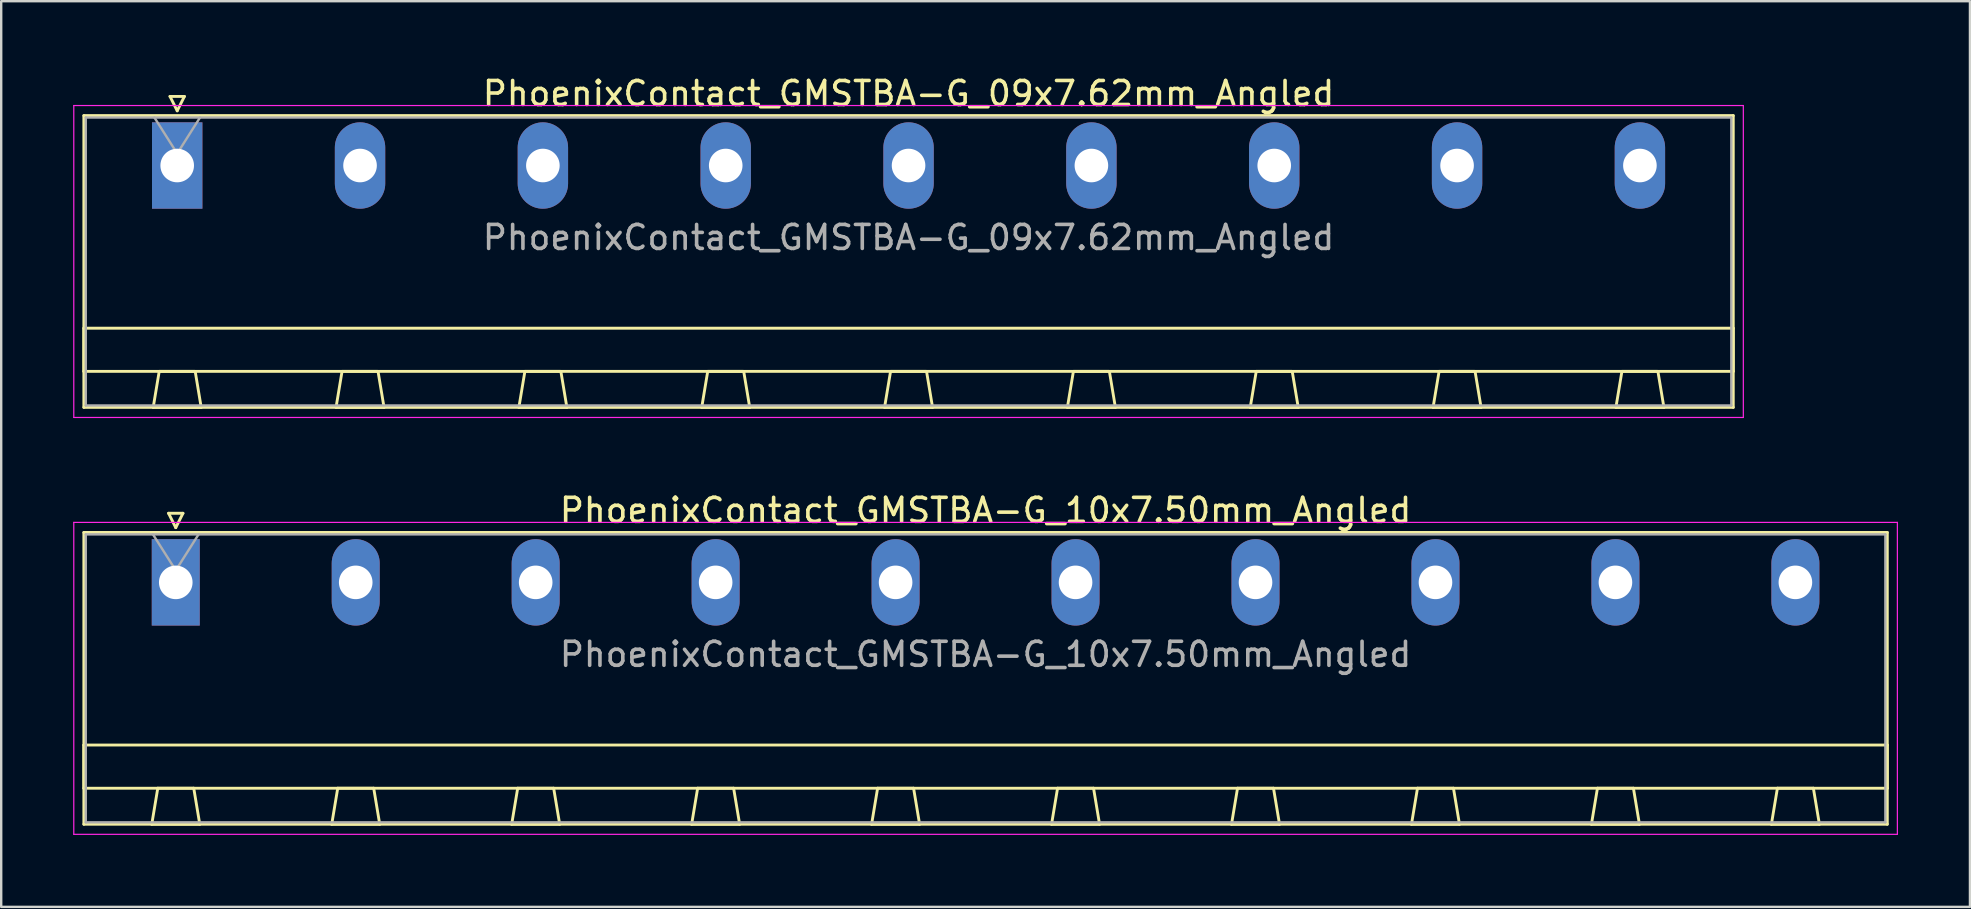
<source format=kicad_pcb>
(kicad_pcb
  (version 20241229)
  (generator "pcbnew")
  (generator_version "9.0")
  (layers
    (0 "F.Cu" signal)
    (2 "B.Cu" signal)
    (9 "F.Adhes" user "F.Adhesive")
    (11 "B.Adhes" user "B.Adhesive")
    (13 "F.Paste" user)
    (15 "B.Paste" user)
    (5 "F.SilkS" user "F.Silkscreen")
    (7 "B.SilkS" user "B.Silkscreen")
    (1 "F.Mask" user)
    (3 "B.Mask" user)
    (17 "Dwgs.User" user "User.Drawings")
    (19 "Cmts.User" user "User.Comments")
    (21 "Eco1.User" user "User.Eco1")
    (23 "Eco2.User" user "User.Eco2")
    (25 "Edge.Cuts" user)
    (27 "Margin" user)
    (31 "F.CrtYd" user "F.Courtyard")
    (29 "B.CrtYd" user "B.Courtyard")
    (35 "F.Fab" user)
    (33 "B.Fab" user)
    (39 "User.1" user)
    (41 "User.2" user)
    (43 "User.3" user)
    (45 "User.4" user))
  (footprint "PhoenixContact_GMSTBA-G_10x7.50mm_Angled"
    (layer "F.Cu")
    (at 4.275 21.221)
    (property "Reference" "PhoenixContact_GMSTBA-G_10x7.50mm_Angled" (at 33.75 -3 0) (layer "F.SilkS") (effects (font (size 1 1) (thickness 0.15))))
    (attr through_hole)
    (fp_line (start -3.83 -2.08) (end -3.83 10.08) (stroke (width 0.12) (type solid)) (layer "F.SilkS"))
    (fp_line (start -3.83 6.78) (end 71.33 6.78) (stroke (width 0.12) (type solid)) (layer "F.SilkS"))
    (fp_line (start -3.83 8.58) (end -3.83 6.78) (stroke (width 0.12) (type solid)) (layer "F.SilkS"))
    (fp_line (start -3.83 10.08) (end 71.33 10.08) (stroke (width 0.12) (type solid)) (layer "F.SilkS"))
    (fp_line (start -1 10.08) (end 1 10.08) (stroke (width 0.12) (type solid)) (layer "F.SilkS"))
    (fp_line (start -0.75 8.58) (end -1 10.08) (stroke (width 0.12) (type solid)) (layer "F.SilkS"))
    (fp_line (start -0.3 -2.88) (end 0.3 -2.88) (stroke (width 0.12) (type solid)) (layer "F.SilkS"))
    (fp_line (start 0 -2.28) (end -0.3 -2.88) (stroke (width 0.12) (type solid)) (layer "F.SilkS"))
    (fp_line (start 0.3 -2.88) (end 0 -2.28) (stroke (width 0.12) (type solid)) (layer "F.SilkS"))
    (fp_line (start 0.75 8.58) (end -0.75 8.58) (stroke (width 0.12) (type solid)) (layer "F.SilkS"))
    (fp_line (start 1 10.08) (end 0.75 8.58) (stroke (width 0.12) (type solid)) (layer "F.SilkS"))
    (fp_line (start 6.5 10.08) (end 8.5 10.08) (stroke (width 0.12) (type solid)) (layer "F.SilkS"))
    (fp_line (start 6.75 8.58) (end 6.5 10.08) (stroke (width 0.12) (type solid)) (layer "F.SilkS"))
    (fp_line (start 8.25 8.58) (end 6.75 8.58) (stroke (width 0.12) (type solid)) (layer "F.SilkS"))
    (fp_line (start 8.5 10.08) (end 8.25 8.58) (stroke (width 0.12) (type solid)) (layer "F.SilkS"))
    (fp_line (start 14 10.08) (end 16 10.08) (stroke (width 0.12) (type solid)) (layer "F.SilkS"))
    (fp_line (start 14.25 8.58) (end 14 10.08) (stroke (width 0.12) (type solid)) (layer "F.SilkS"))
    (fp_line (start 15.75 8.58) (end 14.25 8.58) (stroke (width 0.12) (type solid)) (layer "F.SilkS"))
    (fp_line (start 16 10.08) (end 15.75 8.58) (stroke (width 0.12) (type solid)) (layer "F.SilkS"))
    (fp_line (start 21.5 10.08) (end 23.5 10.08) (stroke (width 0.12) (type solid)) (layer "F.SilkS"))
    (fp_line (start 21.75 8.58) (end 21.5 10.08) (stroke (width 0.12) (type solid)) (layer "F.SilkS"))
    (fp_line (start 23.25 8.58) (end 21.75 8.58) (stroke (width 0.12) (type solid)) (layer "F.SilkS"))
    (fp_line (start 23.5 10.08) (end 23.25 8.58) (stroke (width 0.12) (type solid)) (layer "F.SilkS"))
    (fp_line (start 29 10.08) (end 31 10.08) (stroke (width 0.12) (type solid)) (layer "F.SilkS"))
    (fp_line (start 29.25 8.58) (end 29 10.08) (stroke (width 0.12) (type solid)) (layer "F.SilkS"))
    (fp_line (start 30.75 8.58) (end 29.25 8.58) (stroke (width 0.12) (type solid)) (layer "F.SilkS"))
    (fp_line (start 31 10.08) (end 30.75 8.58) (stroke (width 0.12) (type solid)) (layer "F.SilkS"))
    (fp_line (start 36.5 10.08) (end 38.5 10.08) (stroke (width 0.12) (type solid)) (layer "F.SilkS"))
    (fp_line (start 36.75 8.58) (end 36.5 10.08) (stroke (width 0.12) (type solid)) (layer "F.SilkS"))
    (fp_line (start 38.25 8.58) (end 36.75 8.58) (stroke (width 0.12) (type solid)) (layer "F.SilkS"))
    (fp_line (start 38.5 10.08) (end 38.25 8.58) (stroke (width 0.12) (type solid)) (layer "F.SilkS"))
    (fp_line (start 44 10.08) (end 46 10.08) (stroke (width 0.12) (type solid)) (layer "F.SilkS"))
    (fp_line (start 44.25 8.58) (end 44 10.08) (stroke (width 0.12) (type solid)) (layer "F.SilkS"))
    (fp_line (start 45.75 8.58) (end 44.25 8.58) (stroke (width 0.12) (type solid)) (layer "F.SilkS"))
    (fp_line (start 46 10.08) (end 45.75 8.58) (stroke (width 0.12) (type solid)) (layer "F.SilkS"))
    (fp_line (start 51.5 10.08) (end 53.5 10.08) (stroke (width 0.12) (type solid)) (layer "F.SilkS"))
    (fp_line (start 51.75 8.58) (end 51.5 10.08) (stroke (width 0.12) (type solid)) (layer "F.SilkS"))
    (fp_line (start 53.25 8.58) (end 51.75 8.58) (stroke (width 0.12) (type solid)) (layer "F.SilkS"))
    (fp_line (start 53.5 10.08) (end 53.25 8.58) (stroke (width 0.12) (type solid)) (layer "F.SilkS"))
    (fp_line (start 59 10.08) (end 61 10.08) (stroke (width 0.12) (type solid)) (layer "F.SilkS"))
    (fp_line (start 59.25 8.58) (end 59 10.08) (stroke (width 0.12) (type solid)) (layer "F.SilkS"))
    (fp_line (start 60.75 8.58) (end 59.25 8.58) (stroke (width 0.12) (type solid)) (layer "F.SilkS"))
    (fp_line (start 61 10.08) (end 60.75 8.58) (stroke (width 0.12) (type solid)) (layer "F.SilkS"))
    (fp_line (start 66.5 10.08) (end 68.5 10.08) (stroke (width 0.12) (type solid)) (layer "F.SilkS"))
    (fp_line (start 66.75 8.58) (end 66.5 10.08) (stroke (width 0.12) (type solid)) (layer "F.SilkS"))
    (fp_line (start 68.25 8.58) (end 66.75 8.58) (stroke (width 0.12) (type solid)) (layer "F.SilkS"))
    (fp_line (start 68.5 10.08) (end 68.25 8.58) (stroke (width 0.12) (type solid)) (layer "F.SilkS"))
    (fp_line (start 71.33 -2.08) (end -3.83 -2.08) (stroke (width 0.12) (type solid)) (layer "F.SilkS"))
    (fp_line (start 71.33 6.78) (end 71.33 8.58) (stroke (width 0.12) (type solid)) (layer "F.SilkS"))
    (fp_line (start 71.33 8.58) (end -3.83 8.58) (stroke (width 0.12) (type solid)) (layer "F.SilkS"))
    (fp_line (start 71.33 10.08) (end 71.33 -2.08) (stroke (width 0.12) (type solid)) (layer "F.SilkS"))
    (fp_line (start -4.25 -2.5) (end -4.25 10.5) (stroke (width 0.05) (type solid)) (layer "F.CrtYd"))
    (fp_line (start -4.25 10.5) (end 71.75 10.5) (stroke (width 0.05) (type solid)) (layer "F.CrtYd"))
    (fp_line (start 71.75 -2.5) (end -4.25 -2.5) (stroke (width 0.05) (type solid)) (layer "F.CrtYd"))
    (fp_line (start 71.75 10.5) (end 71.75 -2.5) (stroke (width 0.05) (type solid)) (layer "F.CrtYd"))
    (fp_line (start -3.75 -2) (end -3.75 10) (stroke (width 0.1) (type solid)) (layer "F.Fab"))
    (fp_line (start -3.75 10) (end 71.25 10) (stroke (width 0.1) (type solid)) (layer "F.Fab"))
    (fp_line (start 0 -0.5) (end -0.95 -2) (stroke (width 0.1) (type solid)) (layer "F.Fab"))
    (fp_line (start 0.95 -2) (end 0 -0.5) (stroke (width 0.1) (type solid)) (layer "F.Fab"))
    (fp_line (start 71.25 -2) (end -3.75 -2) (stroke (width 0.1) (type solid)) (layer "F.Fab"))
    (fp_line (start 71.25 10) (end 71.25 -2) (stroke (width 0.1) (type solid)) (layer "F.Fab"))
    (fp_text user "${REFERENCE}" (at 33.75 3 0) (layer "F.Fab") (effects (font (size 1 1) (thickness 0.15))))
    (pad "1" thru_hole rect (at 0 0) (size 2 3.6) (drill 1.4) (layers "*.Cu" "*.Mask"))
    (pad "2" thru_hole oval (at 7.5 0) (size 2 3.6) (drill 1.4) (layers "*.Cu" "*.Mask"))
    (pad "3" thru_hole oval (at 15 0) (size 2 3.6) (drill 1.4) (layers "*.Cu" "*.Mask"))
    (pad "4" thru_hole oval (at 22.5 0) (size 2 3.6) (drill 1.4) (layers "*.Cu" "*.Mask"))
    (pad "5" thru_hole oval (at 30 0) (size 2 3.6) (drill 1.4) (layers "*.Cu" "*.Mask"))
    (pad "6" thru_hole oval (at 37.5 0) (size 2 3.6) (drill 1.4) (layers "*.Cu" "*.Mask"))
    (pad "7" thru_hole oval (at 45 0) (size 2 3.6) (drill 1.4) (layers "*.Cu" "*.Mask"))
    (pad "8" thru_hole oval (at 52.5 0) (size 2 3.6) (drill 1.4) (layers "*.Cu" "*.Mask"))
    (pad "9" thru_hole oval (at 60 0) (size 2 3.6) (drill 1.4) (layers "*.Cu" "*.Mask"))
    (pad "10" thru_hole oval (at 67.5 0) (size 2 3.6) (drill 1.4) (layers "*.Cu" "*.Mask")))
  (footprint "PhoenixContact_GMSTBA-G_09x7.62mm_Angled"
    (layer "F.Cu")
    (at 4.335 3.848)
    (property "Reference" "PhoenixContact_GMSTBA-G_09x7.62mm_Angled" (at 30.48 -3 0) (layer "F.SilkS") (effects (font (size 1 1) (thickness 0.15))))
    (attr through_hole)
    (fp_line (start -3.89 -2.08) (end -3.89 10.08) (stroke (width 0.12) (type solid)) (layer "F.SilkS"))
    (fp_line (start -3.89 6.78) (end 64.85 6.78) (stroke (width 0.12) (type solid)) (layer "F.SilkS"))
    (fp_line (start -3.89 8.58) (end -3.89 6.78) (stroke (width 0.12) (type solid)) (layer "F.SilkS"))
    (fp_line (start -3.89 10.08) (end 64.85 10.08) (stroke (width 0.12) (type solid)) (layer "F.SilkS"))
    (fp_line (start -1 10.08) (end 1 10.08) (stroke (width 0.12) (type solid)) (layer "F.SilkS"))
    (fp_line (start -0.75 8.58) (end -1 10.08) (stroke (width 0.12) (type solid)) (layer "F.SilkS"))
    (fp_line (start -0.3 -2.88) (end 0.3 -2.88) (stroke (width 0.12) (type solid)) (layer "F.SilkS"))
    (fp_line (start 0 -2.28) (end -0.3 -2.88) (stroke (width 0.12) (type solid)) (layer "F.SilkS"))
    (fp_line (start 0.3 -2.88) (end 0 -2.28) (stroke (width 0.12) (type solid)) (layer "F.SilkS"))
    (fp_line (start 0.75 8.58) (end -0.75 8.58) (stroke (width 0.12) (type solid)) (layer "F.SilkS"))
    (fp_line (start 1 10.08) (end 0.75 8.58) (stroke (width 0.12) (type solid)) (layer "F.SilkS"))
    (fp_line (start 6.62 10.08) (end 8.62 10.08) (stroke (width 0.12) (type solid)) (layer "F.SilkS"))
    (fp_line (start 6.87 8.58) (end 6.62 10.08) (stroke (width 0.12) (type solid)) (layer "F.SilkS"))
    (fp_line (start 8.37 8.58) (end 6.87 8.58) (stroke (width 0.12) (type solid)) (layer "F.SilkS"))
    (fp_line (start 8.62 10.08) (end 8.37 8.58) (stroke (width 0.12) (type solid)) (layer "F.SilkS"))
    (fp_line (start 14.24 10.08) (end 16.24 10.08) (stroke (width 0.12) (type solid)) (layer "F.SilkS"))
    (fp_line (start 14.49 8.58) (end 14.24 10.08) (stroke (width 0.12) (type solid)) (layer "F.SilkS"))
    (fp_line (start 15.99 8.58) (end 14.49 8.58) (stroke (width 0.12) (type solid)) (layer "F.SilkS"))
    (fp_line (start 16.24 10.08) (end 15.99 8.58) (stroke (width 0.12) (type solid)) (layer "F.SilkS"))
    (fp_line (start 21.86 10.08) (end 23.86 10.08) (stroke (width 0.12) (type solid)) (layer "F.SilkS"))
    (fp_line (start 22.11 8.58) (end 21.86 10.08) (stroke (width 0.12) (type solid)) (layer "F.SilkS"))
    (fp_line (start 23.61 8.58) (end 22.11 8.58) (stroke (width 0.12) (type solid)) (layer "F.SilkS"))
    (fp_line (start 23.86 10.08) (end 23.61 8.58) (stroke (width 0.12) (type solid)) (layer "F.SilkS"))
    (fp_line (start 29.48 10.08) (end 31.48 10.08) (stroke (width 0.12) (type solid)) (layer "F.SilkS"))
    (fp_line (start 29.73 8.58) (end 29.48 10.08) (stroke (width 0.12) (type solid)) (layer "F.SilkS"))
    (fp_line (start 31.23 8.58) (end 29.73 8.58) (stroke (width 0.12) (type solid)) (layer "F.SilkS"))
    (fp_line (start 31.48 10.08) (end 31.23 8.58) (stroke (width 0.12) (type solid)) (layer "F.SilkS"))
    (fp_line (start 37.1 10.08) (end 39.1 10.08) (stroke (width 0.12) (type solid)) (layer "F.SilkS"))
    (fp_line (start 37.35 8.58) (end 37.1 10.08) (stroke (width 0.12) (type solid)) (layer "F.SilkS"))
    (fp_line (start 38.85 8.58) (end 37.35 8.58) (stroke (width 0.12) (type solid)) (layer "F.SilkS"))
    (fp_line (start 39.1 10.08) (end 38.85 8.58) (stroke (width 0.12) (type solid)) (layer "F.SilkS"))
    (fp_line (start 44.72 10.08) (end 46.72 10.08) (stroke (width 0.12) (type solid)) (layer "F.SilkS"))
    (fp_line (start 44.97 8.58) (end 44.72 10.08) (stroke (width 0.12) (type solid)) (layer "F.SilkS"))
    (fp_line (start 46.47 8.58) (end 44.97 8.58) (stroke (width 0.12) (type solid)) (layer "F.SilkS"))
    (fp_line (start 46.72 10.08) (end 46.47 8.58) (stroke (width 0.12) (type solid)) (layer "F.SilkS"))
    (fp_line (start 52.34 10.08) (end 54.34 10.08) (stroke (width 0.12) (type solid)) (layer "F.SilkS"))
    (fp_line (start 52.59 8.58) (end 52.34 10.08) (stroke (width 0.12) (type solid)) (layer "F.SilkS"))
    (fp_line (start 54.09 8.58) (end 52.59 8.58) (stroke (width 0.12) (type solid)) (layer "F.SilkS"))
    (fp_line (start 54.34 10.08) (end 54.09 8.58) (stroke (width 0.12) (type solid)) (layer "F.SilkS"))
    (fp_line (start 59.96 10.08) (end 61.96 10.08) (stroke (width 0.12) (type solid)) (layer "F.SilkS"))
    (fp_line (start 60.21 8.58) (end 59.96 10.08) (stroke (width 0.12) (type solid)) (layer "F.SilkS"))
    (fp_line (start 61.71 8.58) (end 60.21 8.58) (stroke (width 0.12) (type solid)) (layer "F.SilkS"))
    (fp_line (start 61.96 10.08) (end 61.71 8.58) (stroke (width 0.12) (type solid)) (layer "F.SilkS"))
    (fp_line (start 64.85 -2.08) (end -3.89 -2.08) (stroke (width 0.12) (type solid)) (layer "F.SilkS"))
    (fp_line (start 64.85 6.78) (end 64.85 8.58) (stroke (width 0.12) (type solid)) (layer "F.SilkS"))
    (fp_line (start 64.85 8.58) (end -3.89 8.58) (stroke (width 0.12) (type solid)) (layer "F.SilkS"))
    (fp_line (start 64.85 10.08) (end 64.85 -2.08) (stroke (width 0.12) (type solid)) (layer "F.SilkS"))
    (fp_line (start -4.31 -2.5) (end -4.31 10.5) (stroke (width 0.05) (type solid)) (layer "F.CrtYd"))
    (fp_line (start -4.31 10.5) (end 65.27 10.5) (stroke (width 0.05) (type solid)) (layer "F.CrtYd"))
    (fp_line (start 65.27 -2.5) (end -4.31 -2.5) (stroke (width 0.05) (type solid)) (layer "F.CrtYd"))
    (fp_line (start 65.27 10.5) (end 65.27 -2.5) (stroke (width 0.05) (type solid)) (layer "F.CrtYd"))
    (fp_line (start -3.81 -2) (end -3.81 10) (stroke (width 0.1) (type solid)) (layer "F.Fab"))
    (fp_line (start -3.81 10) (end 64.77 10) (stroke (width 0.1) (type solid)) (layer "F.Fab"))
    (fp_line (start 0 -0.5) (end -0.95 -2) (stroke (width 0.1) (type solid)) (layer "F.Fab"))
    (fp_line (start 0.95 -2) (end 0 -0.5) (stroke (width 0.1) (type solid)) (layer "F.Fab"))
    (fp_line (start 64.77 -2) (end -3.81 -2) (stroke (width 0.1) (type solid)) (layer "F.Fab"))
    (fp_line (start 64.77 10) (end 64.77 -2) (stroke (width 0.1) (type solid)) (layer "F.Fab"))
    (fp_text user "${REFERENCE}" (at 30.48 3 0) (layer "F.Fab") (effects (font (size 1 1) (thickness 0.15))))
    (pad "1" thru_hole rect (at 0 0) (size 2.1 3.6) (drill 1.4) (layers "*.Cu" "*.Mask"))
    (pad "2" thru_hole oval (at 7.62 0) (size 2.1 3.6) (drill 1.4) (layers "*.Cu" "*.Mask"))
    (pad "3" thru_hole oval (at 15.24 0) (size 2.1 3.6) (drill 1.4) (layers "*.Cu" "*.Mask"))
    (pad "4" thru_hole oval (at 22.86 0) (size 2.1 3.6) (drill 1.4) (layers "*.Cu" "*.Mask"))
    (pad "5" thru_hole oval (at 30.48 0) (size 2.1 3.6) (drill 1.4) (layers "*.Cu" "*.Mask"))
    (pad "6" thru_hole oval (at 38.1 0) (size 2.1 3.6) (drill 1.4) (layers "*.Cu" "*.Mask"))
    (pad "7" thru_hole oval (at 45.72 0) (size 2.1 3.6) (drill 1.4) (layers "*.Cu" "*.Mask"))
    (pad "8" thru_hole oval (at 53.34 0) (size 2.1 3.6) (drill 1.4) (layers "*.Cu" "*.Mask"))
    (pad "9" thru_hole oval (at 60.96 0) (size 2.1 3.6) (drill 1.4) (layers "*.Cu" "*.Mask")))
  (gr_rect
    (start -3 -3)
    (end 79.05 34.746)
    (stroke (width 0.1) (type default))
    (fill no)
    (layer "Edge.Cuts")))
</source>
